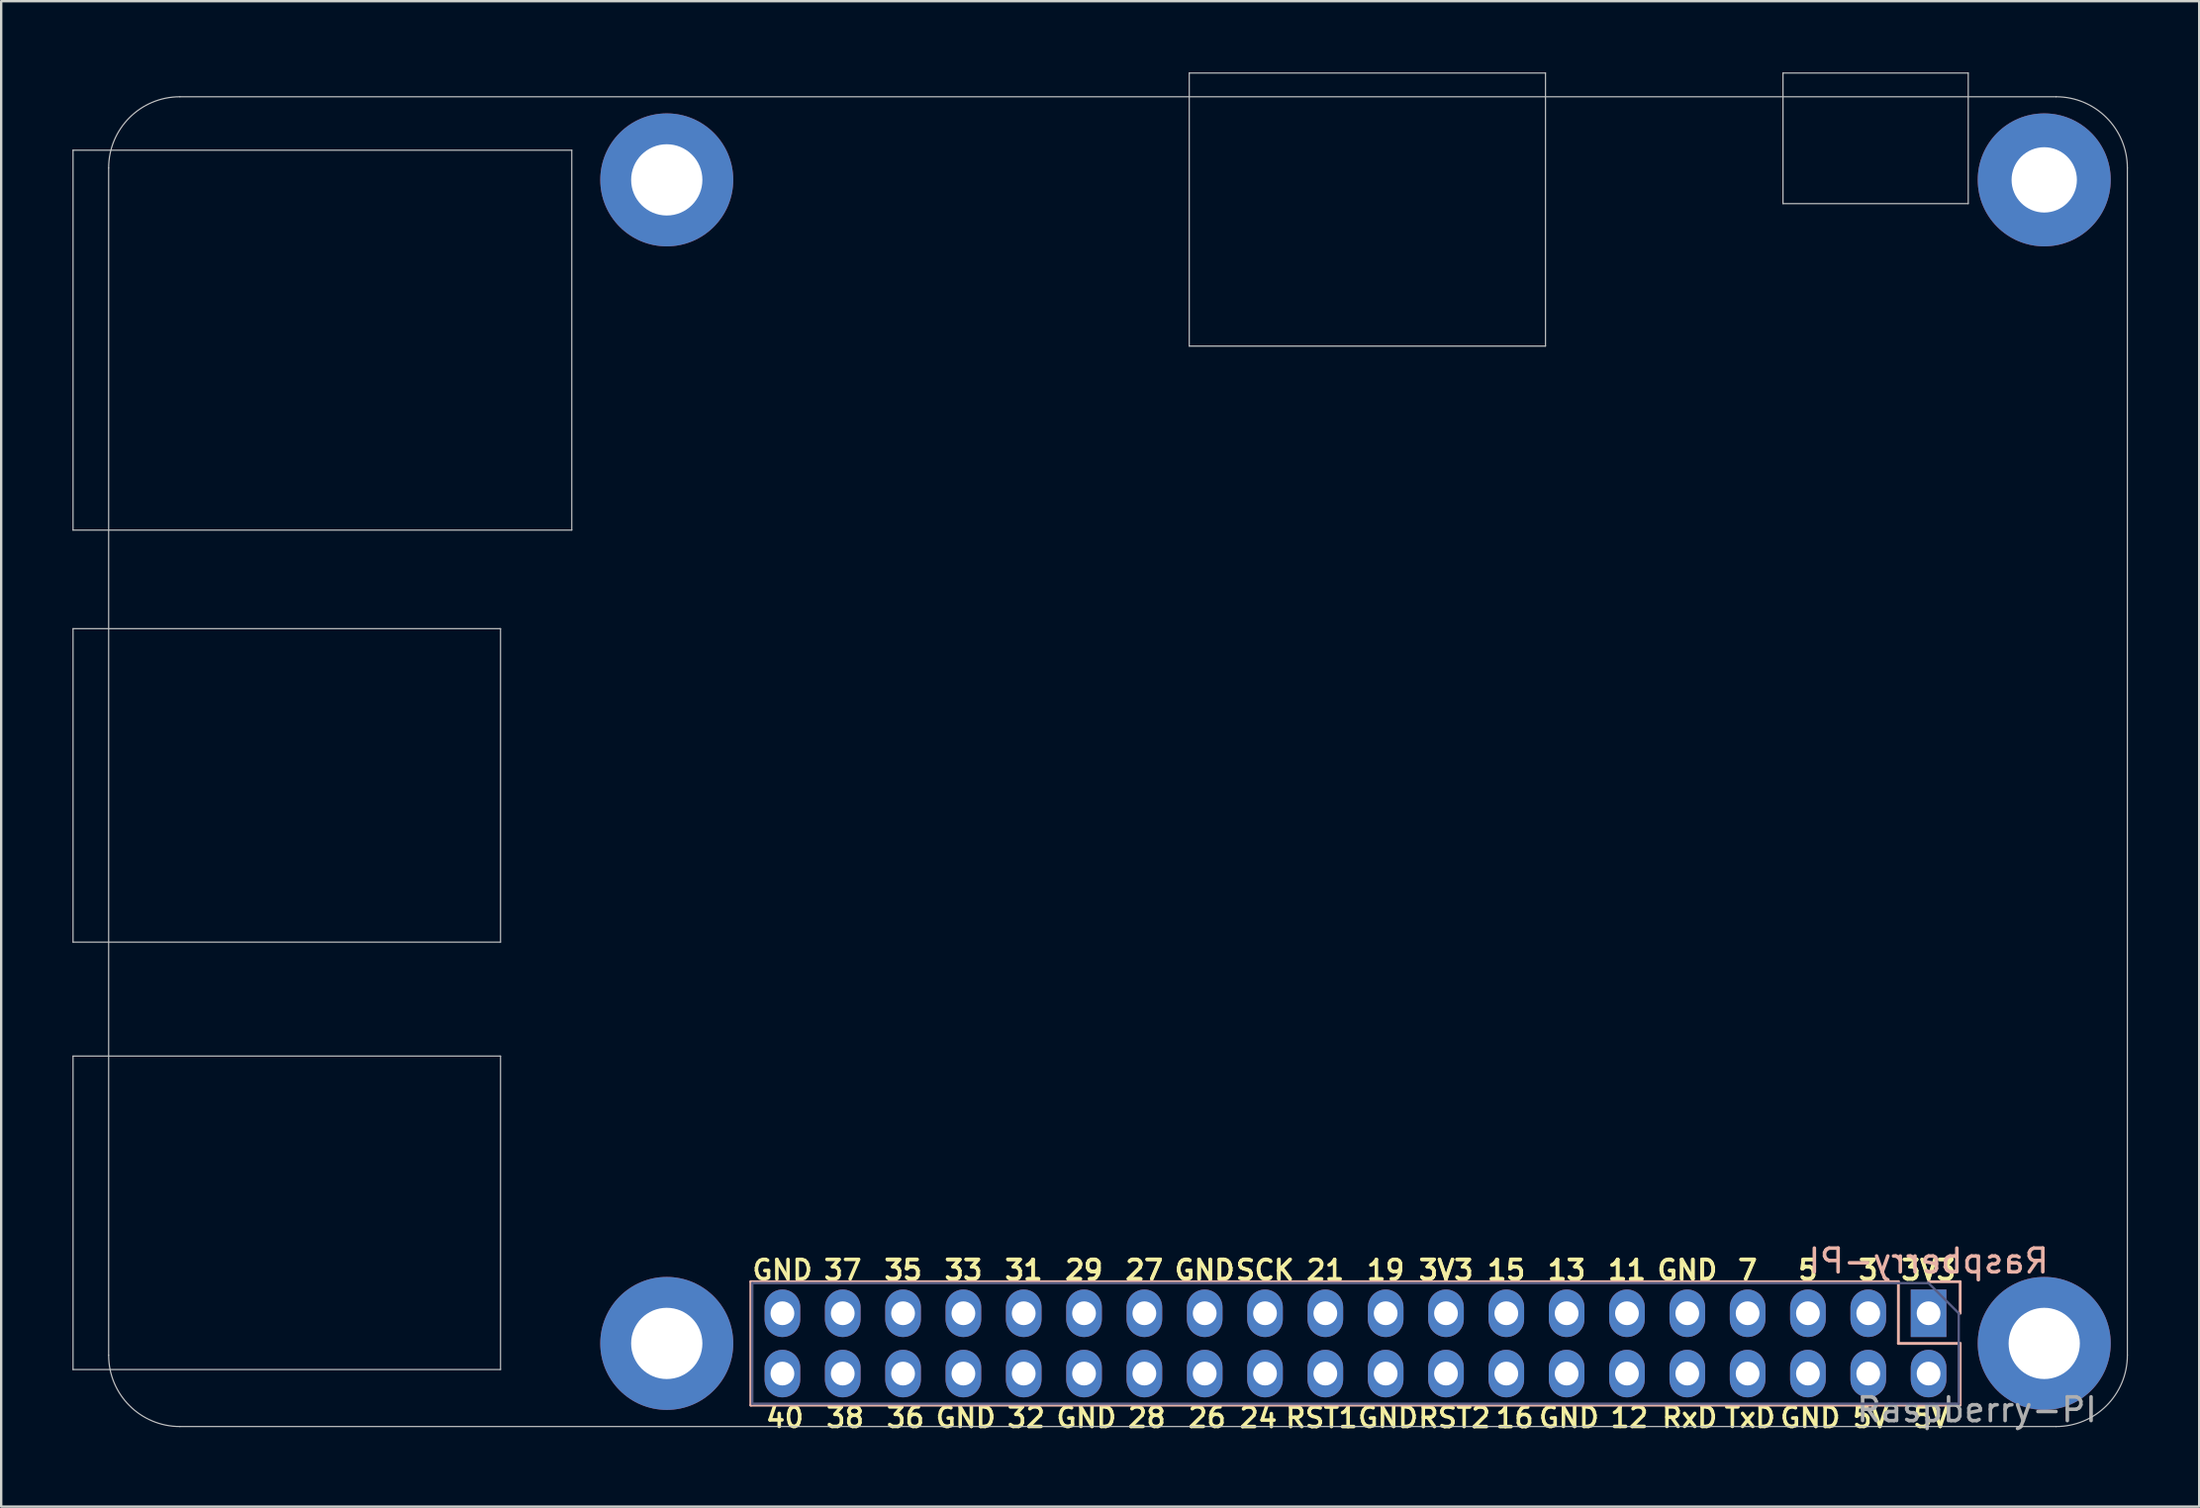
<source format=kicad_pcb>
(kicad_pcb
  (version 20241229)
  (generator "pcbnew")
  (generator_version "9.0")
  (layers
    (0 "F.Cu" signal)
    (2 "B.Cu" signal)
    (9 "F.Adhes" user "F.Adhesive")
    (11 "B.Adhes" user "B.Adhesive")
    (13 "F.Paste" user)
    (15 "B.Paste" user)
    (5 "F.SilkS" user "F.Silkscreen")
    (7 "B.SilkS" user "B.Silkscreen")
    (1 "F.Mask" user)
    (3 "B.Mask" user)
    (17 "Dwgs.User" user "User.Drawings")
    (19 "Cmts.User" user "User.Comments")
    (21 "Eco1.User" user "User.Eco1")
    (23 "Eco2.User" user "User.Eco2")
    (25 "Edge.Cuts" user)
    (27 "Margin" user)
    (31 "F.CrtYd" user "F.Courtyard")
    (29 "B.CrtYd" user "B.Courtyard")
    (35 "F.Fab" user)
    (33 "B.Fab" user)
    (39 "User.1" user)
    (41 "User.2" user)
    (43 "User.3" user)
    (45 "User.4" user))
  (footprint "Raspberry-PI"
    (layer "F.Cu")
    (at 78.155 52.255)
    (property "Reference" "Raspberry-PI" (at 0 -2.2 0) (layer "B.SilkS") (effects (font (size 1 1) (thickness 0.15)) (justify mirror)))
    (attr through_hole)
    (fp_line (start -49.59 -1.33) (end -49.59 3.87) (stroke (width 0.12) (type solid)) (layer "B.SilkS"))
    (fp_line (start -1.27 -1.33) (end -49.59 -1.33) (stroke (width 0.12) (type solid)) (layer "B.SilkS"))
    (fp_line (start -1.27 -1.33) (end -1.27 1.27) (stroke (width 0.12) (type solid)) (layer "B.SilkS"))
    (fp_line (start -1.27 1.27) (end 1.33 1.27) (stroke (width 0.12) (type solid)) (layer "B.SilkS"))
    (fp_line (start 0 -1.33) (end 1.33 -1.33) (stroke (width 0.12) (type solid)) (layer "B.SilkS"))
    (fp_line (start 1.33 -1.33) (end 1.33 0) (stroke (width 0.12) (type solid)) (layer "B.SilkS"))
    (fp_line (start 1.33 1.27) (end 1.33 3.87) (stroke (width 0.12) (type solid)) (layer "B.SilkS"))
    (fp_line (start 1.33 3.87) (end -49.59 3.87) (stroke (width 0.12) (type solid)) (layer "B.SilkS"))
    (fp_line (start -78.13 -48.98) (end -78.13 -32.98) (stroke (width 0.05) (type solid)) (layer "Dwgs.User"))
    (fp_line (start -78.13 -32.98) (end -57.13 -32.98) (stroke (width 0.05) (type solid)) (layer "Dwgs.User"))
    (fp_line (start -78.13 -28.83) (end -78.13 -15.63) (stroke (width 0.05) (type solid)) (layer "Dwgs.User"))
    (fp_line (start -78.13 -10.83) (end -78.13 2.37) (stroke (width 0.05) (type solid)) (layer "Dwgs.User"))
    (fp_line (start -76.63 -48.23) (end -76.63 1.77) (stroke (width 0.05) (type solid)) (layer "Dwgs.User"))
    (fp_line (start -73.63 4.77) (end 5.37 4.77) (stroke (width 0.05) (type solid)) (layer "Dwgs.User"))
    (fp_line (start -60.13 -28.83) (end -78.13 -28.83) (stroke (width 0.05) (type solid)) (layer "Dwgs.User"))
    (fp_line (start -60.13 -28.83) (end -60.13 -15.63) (stroke (width 0.05) (type solid)) (layer "Dwgs.User"))
    (fp_line (start -60.13 -15.63) (end -78.13 -15.63) (stroke (width 0.05) (type solid)) (layer "Dwgs.User"))
    (fp_line (start -60.13 -10.83) (end -78.13 -10.83) (stroke (width 0.05) (type solid)) (layer "Dwgs.User"))
    (fp_line (start -60.13 -10.83) (end -60.13 2.37) (stroke (width 0.05) (type solid)) (layer "Dwgs.User"))
    (fp_line (start -60.13 2.37) (end -78.13 2.37) (stroke (width 0.05) (type solid)) (layer "Dwgs.User"))
    (fp_line (start -57.13 -48.98) (end -78.13 -48.98) (stroke (width 0.05) (type solid)) (layer "Dwgs.User"))
    (fp_line (start -57.13 -48.98) (end -57.13 -32.98) (stroke (width 0.05) (type solid)) (layer "Dwgs.User"))
    (fp_line (start -31.13 -52.23) (end -31.13 -40.73) (stroke (width 0.05) (type solid)) (layer "Dwgs.User"))
    (fp_line (start -16.13 -52.23) (end -31.13 -52.23) (stroke (width 0.05) (type solid)) (layer "Dwgs.User"))
    (fp_line (start -16.13 -52.23) (end -16.13 -40.73) (stroke (width 0.05) (type solid)) (layer "Dwgs.User"))
    (fp_line (start -16.13 -40.73) (end -31.13 -40.73) (stroke (width 0.05) (type solid)) (layer "Dwgs.User"))
    (fp_line (start -6.13 -52.23) (end -6.13 -46.73) (stroke (width 0.05) (type solid)) (layer "Dwgs.User"))
    (fp_line (start 1.67 -52.23) (end -6.13 -52.23) (stroke (width 0.05) (type solid)) (layer "Dwgs.User"))
    (fp_line (start 1.67 -52.23) (end 1.67 -46.73) (stroke (width 0.05) (type solid)) (layer "Dwgs.User"))
    (fp_line (start 1.67 -46.73) (end -6.13 -46.73) (stroke (width 0.05) (type solid)) (layer "Dwgs.User"))
    (fp_line (start 5.37 -51.23) (end -73.63 -51.23) (stroke (width 0.05) (type solid)) (layer "Dwgs.User"))
    (fp_line (start 8.37 1.77) (end 8.37 -48.23) (stroke (width 0.05) (type solid)) (layer "Dwgs.User"))
    (fp_arc (start -76.63 -48.23) (mid -75.75132 -50.35132) (end -73.63 -51.23) (stroke (width 0.05) (type solid)) (layer "Dwgs.User"))
    (fp_arc (start -73.63 4.77) (mid -75.75132 3.89132) (end -76.63 1.77) (stroke (width 0.05) (type solid)) (layer "Dwgs.User"))
    (fp_arc (start 5.37 -51.23) (mid 7.49132 -50.35132) (end 8.37 -48.23) (stroke (width 0.05) (type solid)) (layer "Dwgs.User"))
    (fp_arc (start 8.37 1.77) (mid 7.49132 3.89132) (end 5.37 4.77) (stroke (width 0.05) (type solid)) (layer "Dwgs.User"))
    (fp_line (start -49.53 -1.27) (end 0 -1.27) (stroke (width 0.1) (type solid)) (layer "B.Fab"))
    (fp_line (start -49.53 3.81) (end -49.53 -1.27) (stroke (width 0.1) (type solid)) (layer "B.Fab"))
    (fp_line (start 0 -1.27) (end 1.27 0) (stroke (width 0.1) (type solid)) (layer "B.Fab"))
    (fp_line (start 1.27 0) (end 1.27 3.81) (stroke (width 0.1) (type solid)) (layer "B.Fab"))
    (fp_line (start 1.27 3.81) (end -49.53 3.81) (stroke (width 0.1) (type solid)) (layer "B.Fab"))
    (fp_text user "37" (at -45.72 -1.82 0) (layer "F.SilkS") (effects (font (size 0.82 0.82) (thickness 0.15))))
    (fp_text user "GND" (at -30.48 -1.82 0) (layer "F.SilkS") (effects (font (size 0.82 0.82) (thickness 0.15))))
    (fp_text user "3V3" (at -20.32 -1.82 0) (layer "F.SilkS") (effects (font (size 0.82 0.82) (thickness 0.15))))
    (fp_text user "TxD" (at -7.52 4.392 0) (layer "F.SilkS") (effects (font (size 0.82 0.82) (thickness 0.15))))
    (fp_text user "15" (at -17.78 -1.82 0) (layer "F.SilkS") (effects (font (size 0.82 0.82) (thickness 0.15))))
    (fp_text user "SCK" (at -27.94 -1.82 0) (layer "F.SilkS") (effects (font (size 0.82 0.82) (thickness 0.15))))
    (fp_text user "24" (at -28.221 4.399 0) (layer "F.SilkS") (effects (font (size 0.82 0.82) (thickness 0.15))))
    (fp_text user "GND" (at -4.98 4.392 0) (layer "F.SilkS") (effects (font (size 0.82 0.82) (thickness 0.15))))
    (fp_text user "RxD" (at -10.06 4.392 0) (layer "F.SilkS") (effects (font (size 0.82 0.82) (thickness 0.15))))
    (fp_text user "3V3" (at 0 -1.82 0) (layer "F.SilkS") (effects (font (size 0.82 0.82) (thickness 0.15))))
    (fp_text user "5V" (at 0.1 4.392 0) (layer "F.SilkS") (effects (font (size 0.82 0.82) (thickness 0.15))))
    (fp_text user "33" (at -40.64 -1.82 0) (layer "F.SilkS") (effects (font (size 0.82 0.82) (thickness 0.15))))
    (fp_text user "3V3" (at 0 -1.82 0) (layer "F.SilkS") (effects (font (size 0.82 0.82) (thickness 0.15))))
    (fp_text user "RST1" (at -25.554 4.399 0) (layer "F.SilkS") (effects (font (size 0.82 0.82) (thickness 0.15))))
    (fp_text user "GND" (at -48.26 -1.82 0) (layer "F.SilkS") (effects (font (size 0.82 0.82) (thickness 0.15))))
    (fp_text user "36" (at -43.08 4.392 0) (layer "F.SilkS") (effects (font (size 0.82 0.82) (thickness 0.15))))
    (fp_text user "19" (at -22.86 -1.82 0) (layer "F.SilkS") (effects (font (size 0.82 0.82) (thickness 0.15))))
    (fp_text user "35" (at -43.18 -1.82 0) (layer "F.SilkS") (effects (font (size 0.82 0.82) (thickness 0.15))))
    (fp_text user "12" (at -12.6 4.392 0) (layer "F.SilkS") (effects (font (size 0.82 0.82) (thickness 0.15))))
    (fp_text user "GND" (at -35.46 4.392 0) (layer "F.SilkS") (effects (font (size 0.82 0.82) (thickness 0.15))))
    (fp_text user "11" (at -12.7 -1.82 0) (layer "F.SilkS") (effects (font (size 0.82 0.82) (thickness 0.15))))
    (fp_text user "29" (at -35.56 -1.82 0) (layer "F.SilkS") (effects (font (size 0.82 0.82) (thickness 0.15))))
    (fp_text user "11" (at -12.7 -1.82 0) (layer "F.SilkS") (effects (font (size 0.82 0.82) (thickness 0.15))))
    (fp_text user "RST2" (at -19.966 4.399 0) (layer "F.SilkS") (effects (font (size 0.82 0.82) (thickness 0.15))))
    (fp_text user "32" (at -38 4.392 0) (layer "F.SilkS") (effects (font (size 0.82 0.82) (thickness 0.15))))
    (fp_text user "21" (at -25.4 -1.82 0) (layer "F.SilkS") (effects (font (size 0.82 0.82) (thickness 0.15))))
    (fp_text user "3" (at -2.54 -1.82 0) (layer "F.SilkS") (effects (font (size 0.82 0.82) (thickness 0.15))))
    (fp_text user "SCK" (at -27.94 -1.82 0) (layer "F.SilkS") (effects (font (size 0.82 0.82) (thickness 0.15))))
    (fp_text user "GND" (at -22.76 4.392 0) (layer "F.SilkS") (effects (font (size 0.82 0.82) (thickness 0.15))))
    (fp_text user "3" (at -2.54 -1.82 0) (layer "F.SilkS") (effects (font (size 0.82 0.82) (thickness 0.15))))
    (fp_text user "27" (at -33.02 -1.82 0) (layer "F.SilkS") (effects (font (size 0.82 0.82) (thickness 0.15))))
    (fp_text user "7" (at -7.62 -1.82 0) (layer "F.SilkS") (effects (font (size 0.82 0.82) (thickness 0.15))))
    (fp_text user "28" (at -32.92 4.392 0) (layer "F.SilkS") (effects (font (size 0.82 0.82) (thickness 0.15))))
    (fp_text user "40" (at -48.16 4.392 0) (layer "F.SilkS") (effects (font (size 0.82 0.82) (thickness 0.15))))
    (fp_text user "35" (at -43.18 -1.82 0) (layer "F.SilkS") (effects (font (size 0.82 0.82) (thickness 0.15))))
    (fp_text user "38" (at -45.62 4.392 0) (layer "F.SilkS") (effects (font (size 0.82 0.82) (thickness 0.15))))
    (fp_text user "31" (at -38.1 -1.82 0) (layer "F.SilkS") (effects (font (size 0.82 0.82) (thickness 0.15))))
    (fp_text user "5" (at -5.08 -1.82 0) (layer "F.SilkS") (effects (font (size 0.82 0.82) (thickness 0.15))))
    (fp_text user "13" (at -15.24 -1.82 0) (layer "F.SilkS") (effects (font (size 0.82 0.82) (thickness 0.15))))
    (fp_text user "GND" (at -10.16 -1.82 0) (layer "F.SilkS") (effects (font (size 0.82 0.82) (thickness 0.15))))
    (fp_text user "29" (at -35.56 -1.82 0) (layer "F.SilkS") (effects (font (size 0.82 0.82) (thickness 0.15))))
    (fp_text user "31" (at -38.1 -1.82 0) (layer "F.SilkS") (effects (font (size 0.82 0.82) (thickness 0.15))))
    (fp_text user "3V3" (at -20.32 -1.82 0) (layer "F.SilkS") (effects (font (size 0.82 0.82) (thickness 0.15))))
    (fp_text user "GND" (at -30.48 -1.82 0) (layer "F.SilkS") (effects (font (size 0.82 0.82) (thickness 0.15))))
    (fp_text user "GND" (at -40.54 4.392 0) (layer "F.SilkS") (effects (font (size 0.82 0.82) (thickness 0.15))))
    (fp_text user "GND" (at -10.16 -1.82 0) (layer "F.SilkS") (effects (font (size 0.82 0.82) (thickness 0.15))))
    (fp_text user "GND" (at -15.14 4.392 0) (layer "F.SilkS") (effects (font (size 0.82 0.82) (thickness 0.15))))
    (fp_text user "16" (at -17.426 4.399 0) (layer "F.SilkS") (effects (font (size 0.82 0.82) (thickness 0.15))))
    (fp_text user "33" (at -40.64 -1.82 0) (layer "F.SilkS") (effects (font (size 0.82 0.82) (thickness 0.15))))
    (fp_text user "26" (at -30.38 4.392 0) (layer "F.SilkS") (effects (font (size 0.82 0.82) (thickness 0.15))))
    (fp_text user "5V" (at -2.44 4.392 0) (layer "F.SilkS") (effects (font (size 0.82 0.82) (thickness 0.15))))
    (fp_text user "13" (at -15.24 -1.82 0) (layer "F.SilkS") (effects (font (size 0.82 0.82) (thickness 0.15))))
    (fp_text user "27" (at -33.02 -1.82 0) (layer "F.SilkS") (effects (font (size 0.82 0.82) (thickness 0.15))))
    (fp_text user "15" (at -17.78 -1.82 0) (layer "F.SilkS") (effects (font (size 0.82 0.82) (thickness 0.15))))
    (fp_text user "5" (at -5.08 -1.82 0) (layer "F.SilkS") (effects (font (size 0.82 0.82) (thickness 0.15))))
    (fp_text user "7" (at -7.62 -1.82 0) (layer "F.SilkS") (effects (font (size 0.82 0.82) (thickness 0.15))))
    (fp_text user "${REFERENCE}" (at 2.032 4.064 0) (layer "F.Fab") (effects (font (size 1 1) (thickness 0.15))))
    (pad "" np_thru_hole circle (at -53.13 -47.73) (size 5.6 5.6) (drill 3) (layers "*.Cu" "*.Mask"))
    (pad "" np_thru_hole circle (at -53.13 1.27) (size 5.6 5.6) (drill 3) (layers "*.Cu" "*.Mask"))
    (pad "" np_thru_hole circle (at 4.87 -47.73) (size 5.6 5.6) (drill 2.75) (layers "*.Cu" "*.Mask"))
    (pad "" np_thru_hole circle (at 4.87 1.27) (size 5.6 5.6) (drill 3) (layers "*.Cu" "*.Mask"))
    (pad "1" thru_hole rect (at 0 0) (size 1.5 2) (drill 1) (layers "*.Cu" "*.Mask"))
    (pad "2" thru_hole oval (at 0 2.54) (size 1.5 2) (drill 1) (layers "*.Cu" "*.Mask"))
    (pad "3" thru_hole oval (at -2.54 0) (size 1.5 2) (drill 1) (layers "*.Cu" "*.Mask"))
    (pad "4" thru_hole oval (at -2.54 2.54) (size 1.5 2) (drill 1) (layers "*.Cu" "*.Mask"))
    (pad "5" thru_hole oval (at -5.08 0) (size 1.5 2) (drill 1) (layers "*.Cu" "*.Mask"))
    (pad "6" thru_hole oval (at -5.08 2.54) (size 1.5 2) (drill 1) (layers "*.Cu" "*.Mask"))
    (pad "7" thru_hole oval (at -7.62 0) (size 1.5 2) (drill 1) (layers "*.Cu" "*.Mask"))
    (pad "8" thru_hole oval (at -7.62 2.54) (size 1.5 2) (drill 1) (layers "*.Cu" "*.Mask"))
    (pad "9" thru_hole oval (at -10.16 0) (size 1.5 2) (drill 1) (layers "*.Cu" "*.Mask"))
    (pad "10" thru_hole oval (at -10.16 2.54) (size 1.5 2) (drill 1) (layers "*.Cu" "*.Mask"))
    (pad "11" thru_hole oval (at -12.7 0) (size 1.5 2) (drill 1) (layers "*.Cu" "*.Mask"))
    (pad "12" thru_hole oval (at -12.7 2.54) (size 1.5 2) (drill 1) (layers "*.Cu" "*.Mask"))
    (pad "13" thru_hole oval (at -15.24 0) (size 1.5 2) (drill 1) (layers "*.Cu" "*.Mask"))
    (pad "14" thru_hole oval (at -15.24 2.54) (size 1.5 2) (drill 1) (layers "*.Cu" "*.Mask"))
    (pad "15" thru_hole oval (at -17.78 0) (size 1.5 2) (drill 1) (layers "*.Cu" "*.Mask"))
    (pad "16" thru_hole oval (at -17.78 2.54) (size 1.5 2) (drill 1) (layers "*.Cu" "*.Mask"))
    (pad "17" thru_hole oval (at -20.32 0) (size 1.5 2) (drill 1) (layers "*.Cu" "*.Mask"))
    (pad "18" thru_hole oval (at -20.32 2.54) (size 1.5 2) (drill 1) (layers "*.Cu" "*.Mask"))
    (pad "19" thru_hole oval (at -22.86 0) (size 1.5 2) (drill 1) (layers "*.Cu" "*.Mask"))
    (pad "20" thru_hole oval (at -22.86 2.54) (size 1.5 2) (drill 1) (layers "*.Cu" "*.Mask"))
    (pad "21" thru_hole oval (at -25.4 0) (size 1.5 2) (drill 1) (layers "*.Cu" "*.Mask"))
    (pad "22" thru_hole oval (at -25.4 2.54) (size 1.5 2) (drill 1) (layers "*.Cu" "*.Mask"))
    (pad "23" thru_hole oval (at -27.94 0) (size 1.5 2) (drill 1) (layers "*.Cu" "*.Mask"))
    (pad "24" thru_hole oval (at -27.94 2.54) (size 1.5 2) (drill 1) (layers "*.Cu" "*.Mask"))
    (pad "25" thru_hole oval (at -30.48 0) (size 1.5 2) (drill 1) (layers "*.Cu" "*.Mask"))
    (pad "26" thru_hole oval (at -30.48 2.54) (size 1.5 2) (drill 1) (layers "*.Cu" "*.Mask"))
    (pad "27" thru_hole oval (at -33.02 0) (size 1.5 2) (drill 1) (layers "*.Cu" "*.Mask"))
    (pad "28" thru_hole oval (at -33.02 2.54) (size 1.5 2) (drill 1) (layers "*.Cu" "*.Mask"))
    (pad "29" thru_hole oval (at -35.56 0) (size 1.5 2) (drill 1) (layers "*.Cu" "*.Mask"))
    (pad "30" thru_hole oval (at -35.56 2.54) (size 1.5 2) (drill 1) (layers "*.Cu" "*.Mask"))
    (pad "31" thru_hole oval (at -38.1 0) (size 1.5 2) (drill 1) (layers "*.Cu" "*.Mask"))
    (pad "32" thru_hole oval (at -38.1 2.54) (size 1.5 2) (drill 1) (layers "*.Cu" "*.Mask"))
    (pad "33" thru_hole oval (at -40.64 0) (size 1.5 2) (drill 1) (layers "*.Cu" "*.Mask"))
    (pad "34" thru_hole oval (at -40.64 2.54) (size 1.5 2) (drill 1) (layers "*.Cu" "*.Mask"))
    (pad "35" thru_hole oval (at -43.18 0) (size 1.5 2) (drill 1) (layers "*.Cu" "*.Mask"))
    (pad "36" thru_hole oval (at -43.18 2.54) (size 1.5 2) (drill 1) (layers "*.Cu" "*.Mask"))
    (pad "37" thru_hole oval (at -45.72 0) (size 1.5 2) (drill 1) (layers "*.Cu" "*.Mask"))
    (pad "38" thru_hole oval (at -45.72 2.54) (size 1.5 2) (drill 1) (layers "*.Cu" "*.Mask"))
    (pad "39" thru_hole oval (at -48.26 0) (size 1.5 2) (drill 1) (layers "*.Cu" "*.Mask"))
    (pad "40" thru_hole oval (at -48.26 2.54) (size 1.5 2) (drill 1) (layers "*.Cu" "*.Mask")))
  (gr_rect
    (start -3 -3)
    (end 89.55 60.397)
    (stroke (width 0.1) (type default))
    (fill no)
    (layer "Edge.Cuts")))
</source>
